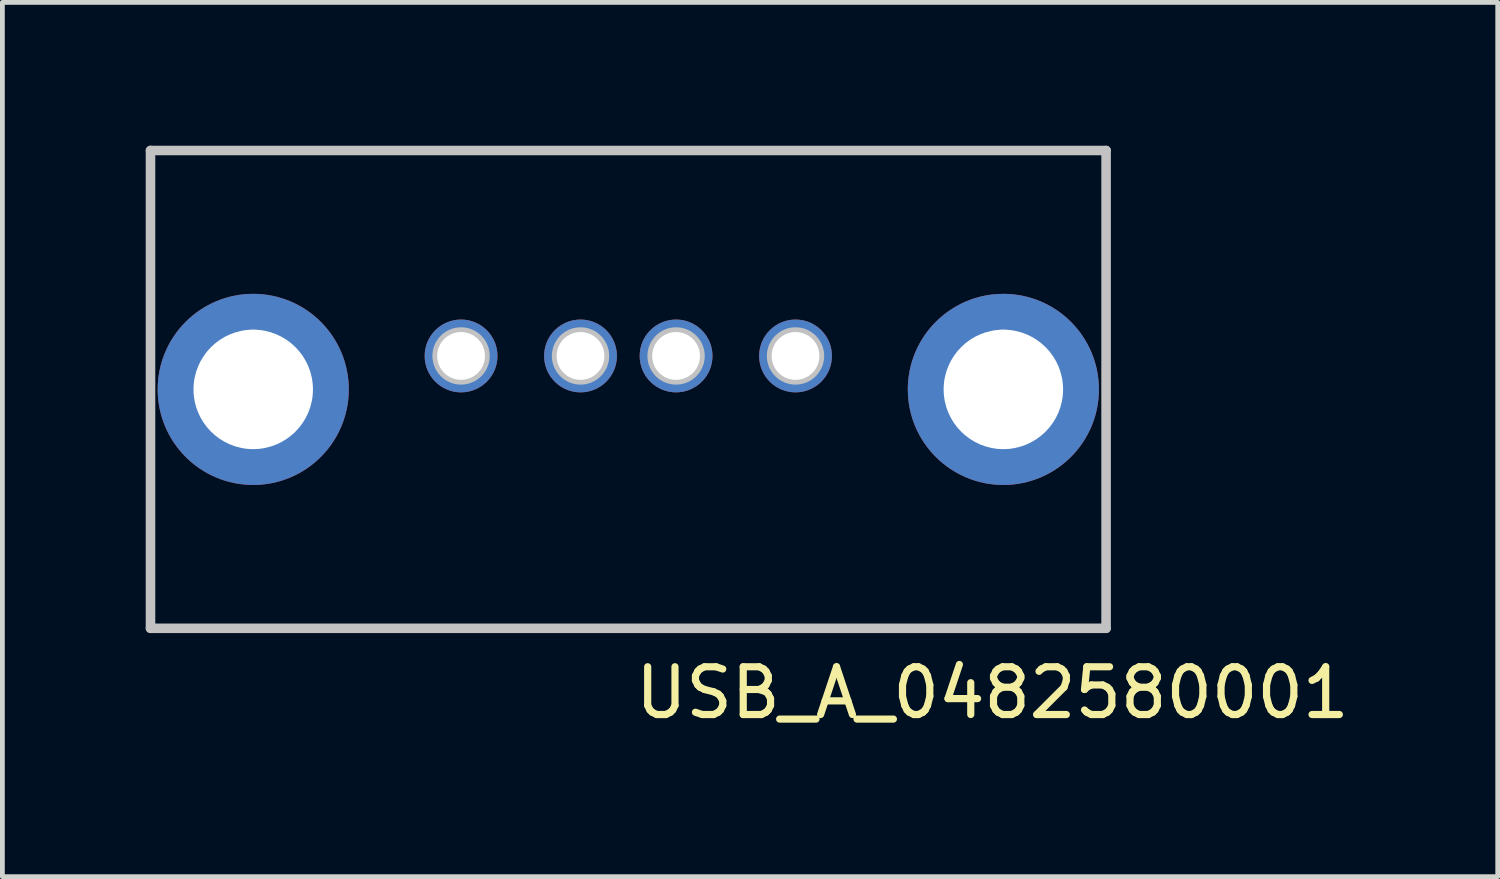
<source format=kicad_pcb>
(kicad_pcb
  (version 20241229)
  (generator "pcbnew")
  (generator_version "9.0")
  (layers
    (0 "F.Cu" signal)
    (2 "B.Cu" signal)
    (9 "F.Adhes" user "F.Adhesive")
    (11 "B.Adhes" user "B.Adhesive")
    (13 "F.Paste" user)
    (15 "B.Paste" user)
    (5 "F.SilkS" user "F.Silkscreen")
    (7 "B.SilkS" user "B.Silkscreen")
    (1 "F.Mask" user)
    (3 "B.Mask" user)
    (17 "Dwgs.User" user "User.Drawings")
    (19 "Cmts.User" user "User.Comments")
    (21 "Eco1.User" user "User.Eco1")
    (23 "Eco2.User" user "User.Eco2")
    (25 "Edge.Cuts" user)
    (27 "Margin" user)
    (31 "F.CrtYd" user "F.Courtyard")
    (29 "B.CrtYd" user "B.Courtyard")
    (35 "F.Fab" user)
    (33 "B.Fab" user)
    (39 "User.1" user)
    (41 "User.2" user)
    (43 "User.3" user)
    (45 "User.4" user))
  (footprint "USB_A_0482580001"
    (layer "F.Cu")
    (at 10.1 5.1)
    (property "Reference" "USB_A_0482580001" (at 7.62 6.35 0) (layer "F.SilkS") (effects (font (size 1 1) (thickness 0.15))))
    (attr through_hole)
    (fp_line (start -10 -5) (end 10 -5) (stroke (width 0.2) (type solid)) (layer "Dwgs.User"))
    (fp_line (start -10 5) (end -10 -5) (stroke (width 0.2) (type solid)) (layer "Dwgs.User"))
    (fp_line (start -8.3 0.7) (end -8.3 -0.7) (stroke (width 0.2) (type solid)) (layer "Dwgs.User"))
    (fp_line (start -7.4 0.7) (end -7.4 -0.7) (stroke (width 0.2) (type solid)) (layer "Dwgs.User"))
    (fp_line (start 7.4 0.7) (end 7.4 -0.7) (stroke (width 0.2) (type solid)) (layer "Dwgs.User"))
    (fp_line (start 8.3 0.7) (end 8.3 -0.7) (stroke (width 0.2) (type solid)) (layer "Dwgs.User"))
    (fp_line (start 10 -5) (end 10 5) (stroke (width 0.2) (type solid)) (layer "Dwgs.User"))
    (fp_line (start 10 5) (end -10 5) (stroke (width 0.2) (type solid)) (layer "Dwgs.User"))
    (fp_arc (start -8.3 -0.7) (mid -7.85 -1.15) (end -7.4 -0.7) (stroke (width 0.2) (type solid)) (layer "Dwgs.User"))
    (fp_arc (start -7.4 0.7) (mid -7.85 1.15) (end -8.3 0.7) (stroke (width 0.2) (type solid)) (layer "Dwgs.User"))
    (fp_arc (start 7.4 -0.7) (mid 7.85 -1.15) (end 8.3 -0.7) (stroke (width 0.2) (type solid)) (layer "Dwgs.User"))
    (fp_arc (start 8.3 0.7) (mid 7.85 1.15) (end 7.4 0.7) (stroke (width 0.2) (type solid)) (layer "Dwgs.User"))
    (fp_circle (center -3.5 -0.7) (end -3 -0.7) (stroke (width 0.2) (type solid)) (fill no) (layer "Dwgs.User"))
    (fp_circle (center -1 -0.7) (end -0.5 -0.7) (stroke (width 0.2) (type solid)) (fill no) (layer "Dwgs.User"))
    (fp_circle (center 1 -0.7) (end 1.5 -0.7) (stroke (width 0.2) (type solid)) (fill no) (layer "Dwgs.User"))
    (fp_circle (center 3.5 -0.7) (end 4 -0.7) (stroke (width 0.2) (type solid)) (fill no) (layer "Dwgs.User"))
    (pad "1" thru_hole circle (at -3.5 -0.7) (size 1.524 1.524) (drill 1) (layers "*.Cu" "*.Mask"))
    (pad "2" thru_hole circle (at -1 -0.7 90) (size 1.524 1.524) (drill 1) (layers "*.Cu" "*.Mask"))
    (pad "3" thru_hole circle (at 1 -0.7) (size 1.524 1.524) (drill 1) (layers "*.Cu" "*.Mask"))
    (pad "4" thru_hole circle (at 3.5 -0.7) (size 1.524 1.524) (drill 1) (layers "*.Cu" "*.Mask"))
    (pad "5" thru_hole circle (at -7.85 0) (size 4 4) (drill 2.5) (layers "*.Cu" "*.Mask"))
    (pad "6" thru_hole circle (at 7.85 0) (size 4 4) (drill 2.5) (layers "*.Cu" "*.Mask")))
  (gr_rect
    (start -3 -3)
    (end 28.297 15.298)
    (stroke (width 0.1) (type default))
    (fill no)
    (layer "Edge.Cuts")))
</source>
